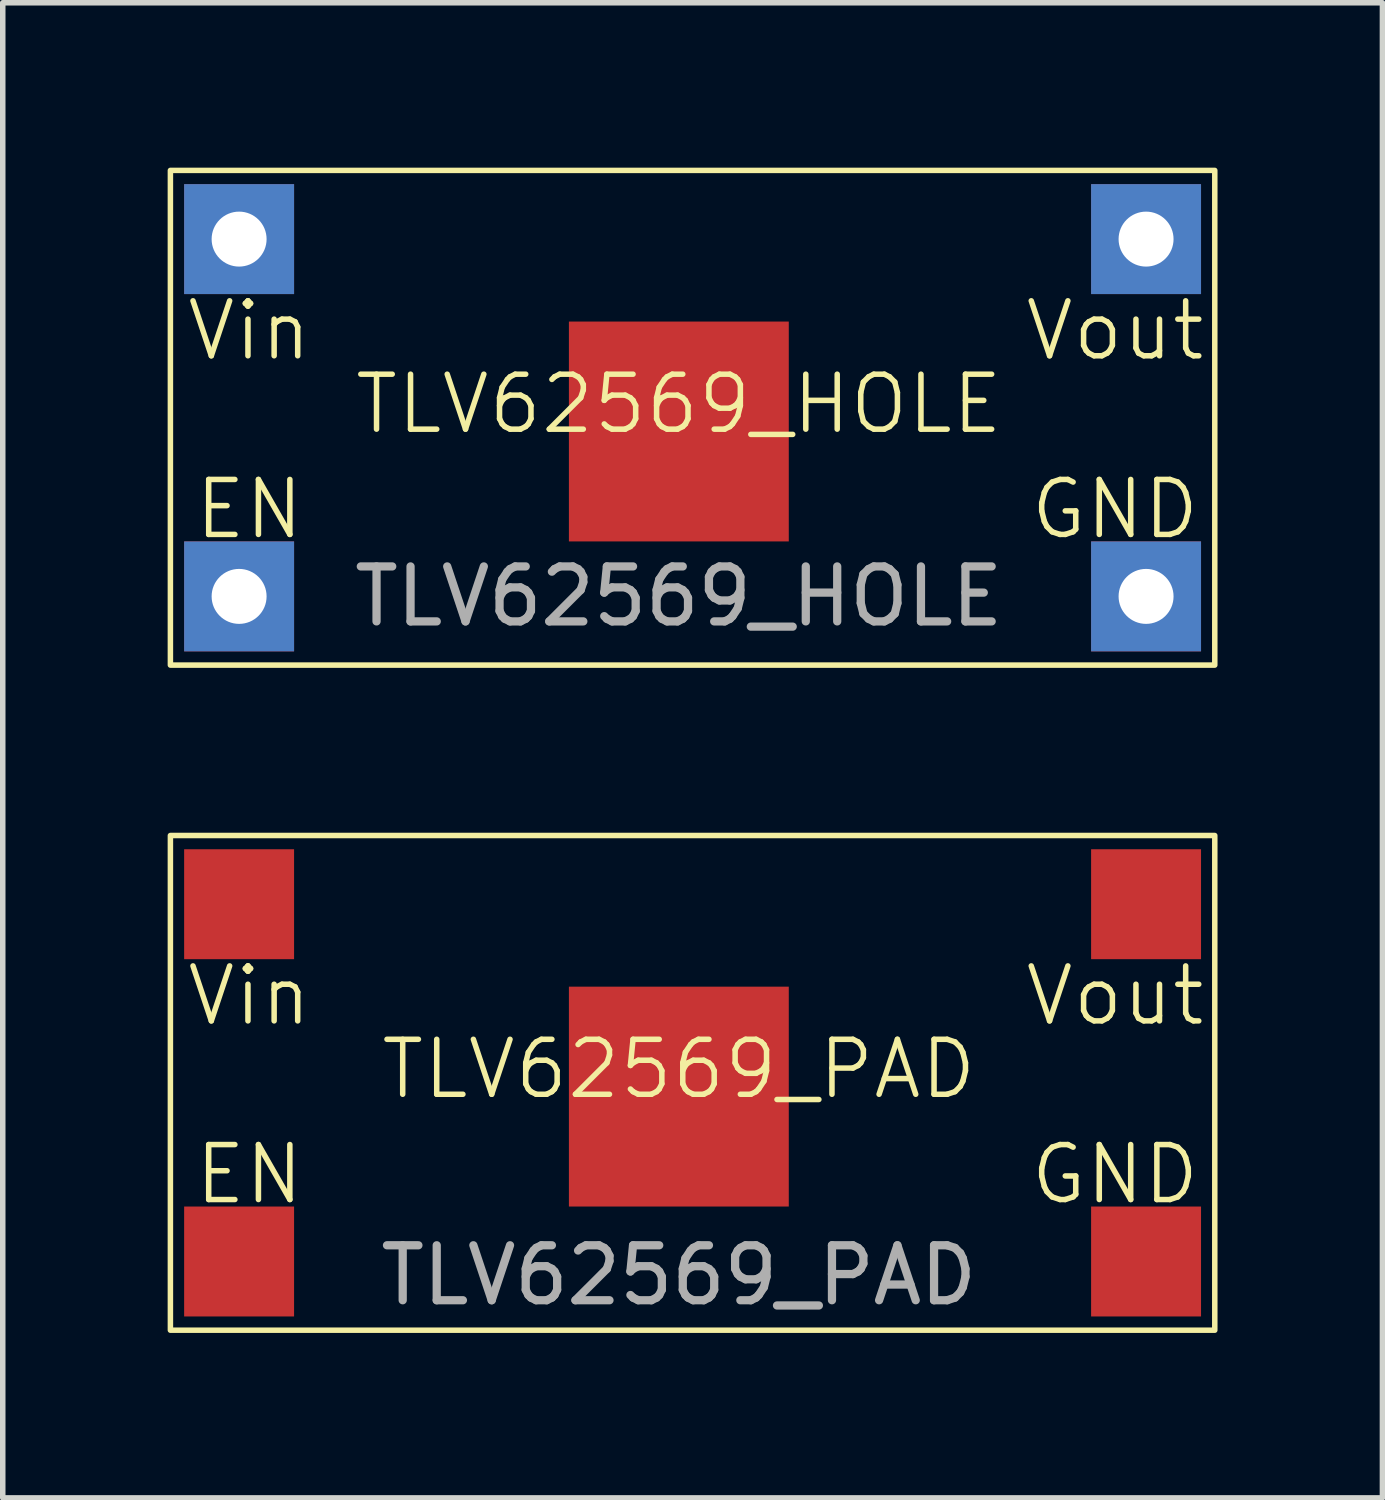
<source format=kicad_pcb>
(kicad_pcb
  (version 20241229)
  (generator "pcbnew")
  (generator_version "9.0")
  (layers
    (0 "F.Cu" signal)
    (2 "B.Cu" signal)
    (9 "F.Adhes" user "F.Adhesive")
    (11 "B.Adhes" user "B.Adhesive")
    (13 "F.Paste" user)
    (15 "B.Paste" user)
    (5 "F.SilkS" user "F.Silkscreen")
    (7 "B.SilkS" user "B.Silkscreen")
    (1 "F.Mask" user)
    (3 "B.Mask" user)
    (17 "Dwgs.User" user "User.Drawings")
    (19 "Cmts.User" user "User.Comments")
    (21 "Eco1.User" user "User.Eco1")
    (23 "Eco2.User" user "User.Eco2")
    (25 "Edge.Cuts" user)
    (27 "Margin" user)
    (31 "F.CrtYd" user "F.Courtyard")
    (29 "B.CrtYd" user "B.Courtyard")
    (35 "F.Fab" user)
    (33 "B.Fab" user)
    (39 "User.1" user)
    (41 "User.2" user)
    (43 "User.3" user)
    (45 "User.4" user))
  (footprint "TLV62569_PAD"
    (layer "F.Cu")
    (at 9.3 16.9)
    (property "Reference" "TLV62569_PAD" (at 0 -0.5 0) (unlocked yes) (layer "F.SilkS") (effects (font (size 1 1) (thickness 0.1))))
    (attr smd)
    (fp_rect (start -9.25 -4.75) (end 9.75 4.25) (stroke (width 0.1) (type default)) (fill no) (layer "F.SilkS"))
    (fp_text user "EN" (at -8.857 2 0) (unlocked yes) (layer "F.SilkS") (effects (font (size 1 1) (thickness 0.1)) (justify left bottom)))
    (fp_text user "GND" (at 6.345 2 0) (unlocked yes) (layer "F.SilkS") (effects (font (size 1 1) (thickness 0.1)) (justify left bottom)))
    (fp_text user "Vout" (at 6.25 -1.25 0) (unlocked yes) (layer "F.SilkS") (effects (font (size 1 1) (thickness 0.1)) (justify left bottom)))
    (fp_text user "Vin" (at -9 -1.25 0) (unlocked yes) (layer "F.SilkS") (effects (font (size 1 1) (thickness 0.1)) (justify left bottom)))
    (fp_text user "${REFERENCE}" (at 0 3.25 0) (unlocked yes) (layer "F.Fab") (effects (font (size 1 1) (thickness 0.15))))
    (pad "1" smd rect (at -8 -3.5) (size 2 2) (layers "F.Cu" "F.Mask" "F.Paste"))
    (pad "2" smd rect (at 0 0) (size 4 4) (layers "F.Cu" "F.Mask" "F.Paste"))
    (pad "2" smd rect (at 8.5 3) (size 2 2) (layers "F.Cu" "F.Mask" "F.Paste"))
    (pad "3" smd rect (at 8.5 -3.5) (size 2 2) (layers "F.Cu" "F.Mask" "F.Paste"))
    (pad "4" smd rect (at -8 3) (size 2 2) (layers "F.Cu" "F.Mask" "F.Paste")))
  (footprint "TLV62569_HOLE"
    (layer "F.Cu")
    (at 9.3 4.8)
    (property "Reference" "TLV62569_HOLE" (at 0 -0.5 0) (unlocked yes) (layer "F.SilkS") (effects (font (size 1 1) (thickness 0.1))))
    (attr smd)
    (fp_rect (start -9.25 -4.75) (end 9.75 4.25) (stroke (width 0.1) (type default)) (fill no) (layer "F.SilkS"))
    (fp_text user "Vout" (at 6.25 -1.25 0) (unlocked yes) (layer "F.SilkS") (effects (font (size 1 1) (thickness 0.1)) (justify left bottom)))
    (fp_text user "EN" (at -8.857 2 0) (unlocked yes) (layer "F.SilkS") (effects (font (size 1 1) (thickness 0.1)) (justify left bottom)))
    (fp_text user "GND" (at 6.345 2 0) (unlocked yes) (layer "F.SilkS") (effects (font (size 1 1) (thickness 0.1)) (justify left bottom)))
    (fp_text user "Vin" (at -9 -1.25 0) (unlocked yes) (layer "F.SilkS") (effects (font (size 1 1) (thickness 0.1)) (justify left bottom)))
    (fp_text user "${REFERENCE}" (at 0 3 0) (unlocked yes) (layer "F.Fab") (effects (font (size 1 1) (thickness 0.15))))
    (pad "1" thru_hole rect (at -8 -3.5) (size 2 2) (drill 1) (layers "*.Cu" "*.Mask"))
    (pad "2" smd rect (at 0 0) (size 4 4) (layers "F.Cu" "F.Mask" "F.Paste"))
    (pad "2" thru_hole rect (at 8.5 3) (size 2 2) (drill 1) (layers "*.Cu" "*.Mask"))
    (pad "3" thru_hole rect (at 8.5 -3.5) (size 2 2) (drill 1) (layers "*.Cu" "*.Mask"))
    (pad "4" thru_hole rect (at -8 3) (size 2 2) (drill 1) (layers "*.Cu" "*.Mask")))
  (gr_rect
    (start -3 -3)
    (end 22.1 24.2)
    (stroke (width 0.1) (type default))
    (fill no)
    (layer "Edge.Cuts")))
</source>
